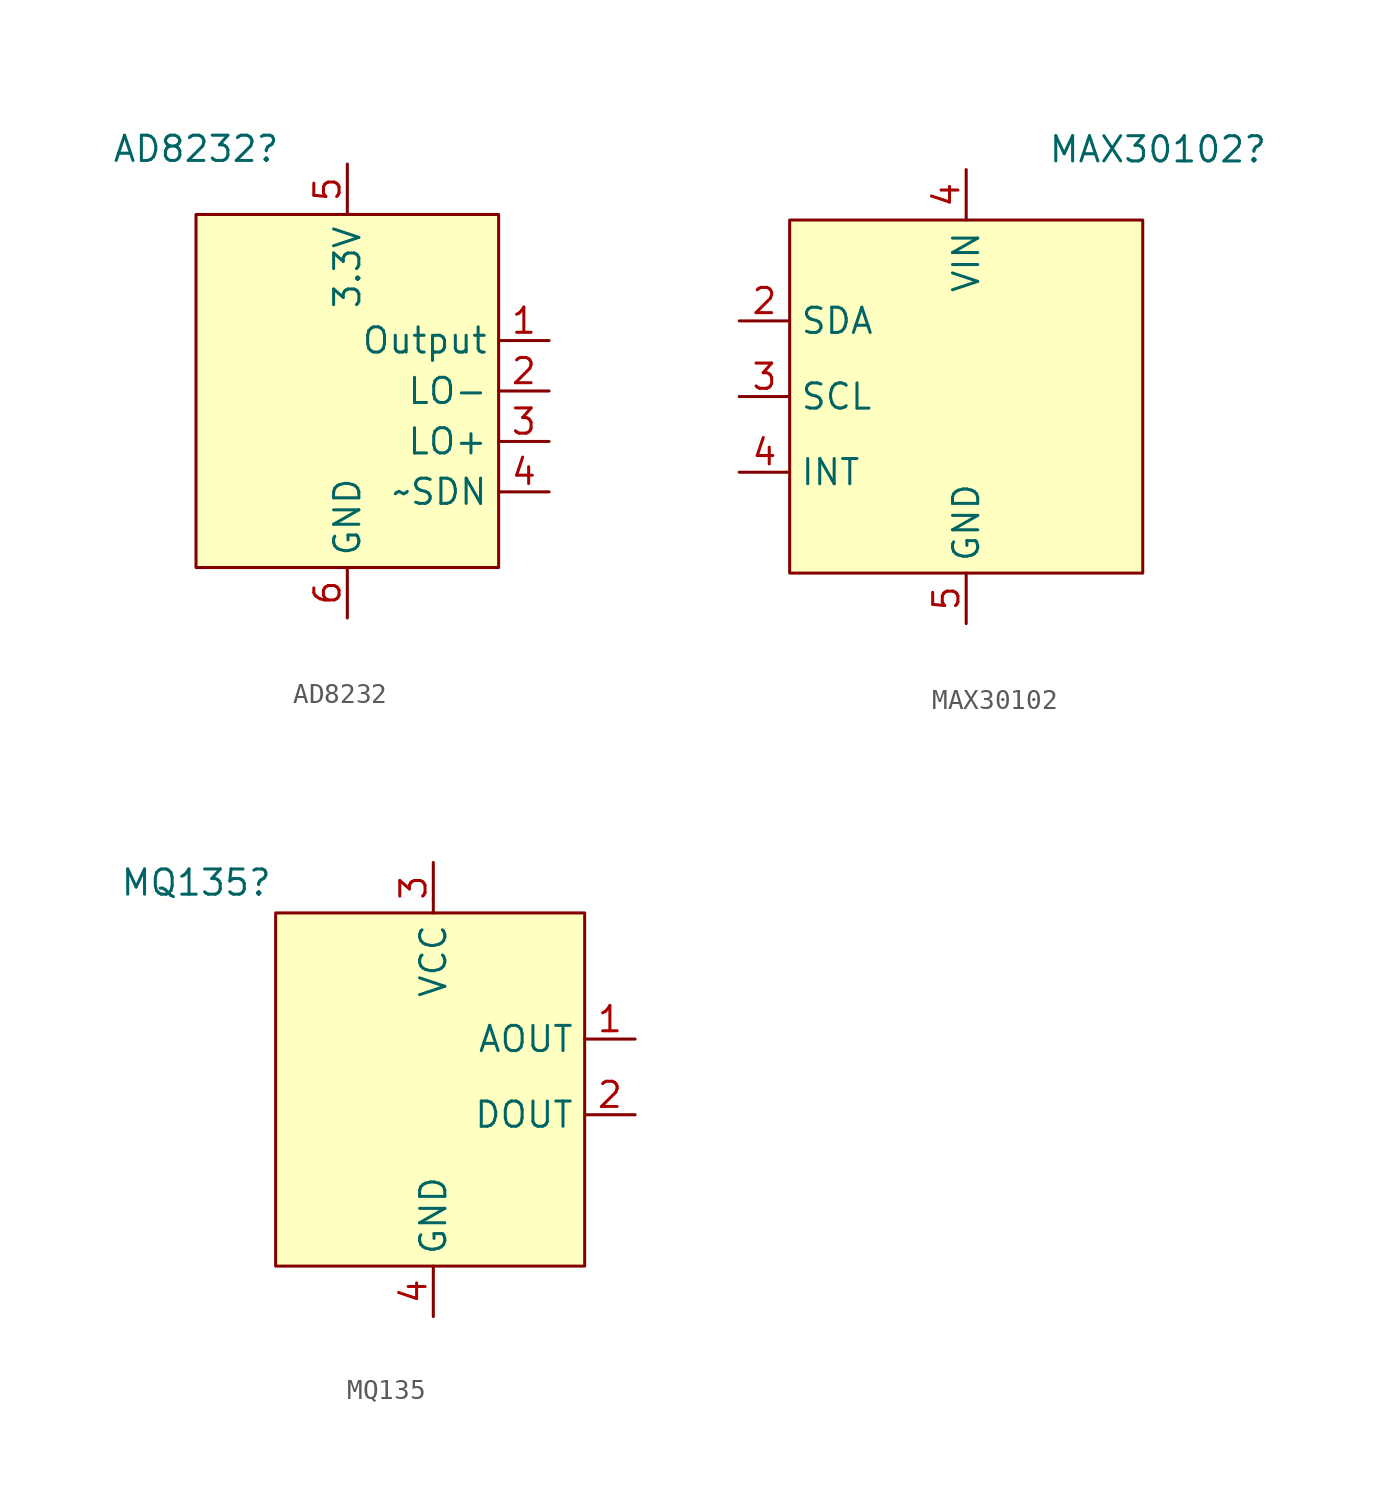
<source format=kicad_sym>
(kicad_symbol_lib
  (version 20241209)
  (generator "kicad_symbol_editor")
  (generator_version "9.0")
  (symbol "AD8232"
    (property "Reference" "AD8232"
      (at -7.62 12.192 0)
      (effects (font (size 1.27 1.27))))
    (property "Value" ""
      (at 0 0 0)
      (effects (font (size 1.27 1.27))))
    (symbol "AD8232_0_1"
      (rectangle (start -7.62 8.89) (end 7.62 -8.89) (stroke (width 0) (type solid)) (fill (type background))))
    (symbol "AD8232_1_1"
      (pin power_in line (at 0 11.43 270) (length 2.54) (name "3.3V" (effects (font (size 1.27 1.27)))) (number "5" (effects (font (size 1.27 1.27)))))
      (pin power_in line (at 0 -11.43 90) (length 2.54) (name "GND" (effects (font (size 1.27 1.27)))) (number "6" (effects (font (size 1.27 1.27)))))
      (pin output line (at 10.16 2.54 180) (length 2.54) (name "Output" (effects (font (size 1.27 1.27)))) (number "1" (effects (font (size 1.27 1.27)))))
      (pin output line (at 10.16 0 180) (length 2.54) (name "LO-" (effects (font (size 1.27 1.27)))) (number "2" (effects (font (size 1.27 1.27)))))
      (pin output line (at 10.16 -2.54 180) (length 2.54) (name "LO+" (effects (font (size 1.27 1.27)))) (number "3" (effects (font (size 1.27 1.27)))))
      (pin output line (at 10.16 -5.08 180) (length 2.54) (name "~SDN" (effects (font (size 1.27 1.27)))) (number "4" (effects (font (size 1.27 1.27)))))))
  (symbol "MAX30102"
    (property "Reference" "MAX30102"
      (at 9.652 12.446 0)
      (effects (font (size 1.27 1.27))))
    (property "Value" ""
      (at 0 0 0)
      (effects (font (size 1.27 1.27))))
    (symbol "MAX30102_1_1"
      (rectangle (start -8.89 8.89) (end 8.89 -8.89) (stroke (width 0) (type solid)) (fill (type background)))
      (pin bidirectional line (at -11.43 3.81 0) (length 2.54) (name "SDA" (effects (font (size 1.27 1.27)))) (number "2" (effects (font (size 1.27 1.27)))))
      (pin bidirectional line (at -11.43 0 0) (length 2.54) (name "SCL" (effects (font (size 1.27 1.27)))) (number "3" (effects (font (size 1.27 1.27)))))
      (pin output line (at -11.43 -3.81 0) (length 2.54) (name "INT" (effects (font (size 1.27 1.27)))) (number "4" (effects (font (size 1.27 1.27)))))
      (pin power_in line (at 0 11.43 270) (length 2.54) (name "VIN" (effects (font (size 1.27 1.27)))) (number "4" (effects (font (size 1.27 1.27)))))
      (pin power_in line (at 0 -11.43 90) (length 2.54) (name "GND" (effects (font (size 1.27 1.27)))) (number "5" (effects (font (size 1.27 1.27)))))))
  (symbol "MQ135"
    (property "Reference" "MQ135"
      (at -11.938 10.414 0)
      (effects (font (size 1.27 1.27))))
    (property "Value" ""
      (at 0 0 0)
      (effects (font (size 1.27 1.27))))
    (symbol "MQ135_0_1"
      (rectangle (start -7.938 8.89) (end 7.62 -8.89) (stroke (width 0) (type solid)) (fill (type background))))
    (symbol "MQ135_1_1"
      (pin power_in line (at 0 11.43 270) (length 2.54) (name "VCC" (effects (font (size 1.27 1.27)))) (number "3" (effects (font (size 1.27 1.27)))))
      (pin power_in line (at 0 -11.43 90) (length 2.54) (name "GND" (effects (font (size 1.27 1.27)))) (number "4" (effects (font (size 1.27 1.27)))))
      (pin output line (at 10.16 2.54 180) (length 2.54) (name "AOUT" (effects (font (size 1.27 1.27)))) (number "1" (effects (font (size 1.27 1.27)))))
      (pin output line (at 10.16 -1.27 180) (length 2.54) (name "DOUT" (effects (font (size 1.27 1.27)))) (number "2" (effects (font (size 1.27 1.27))))))))
</source>
